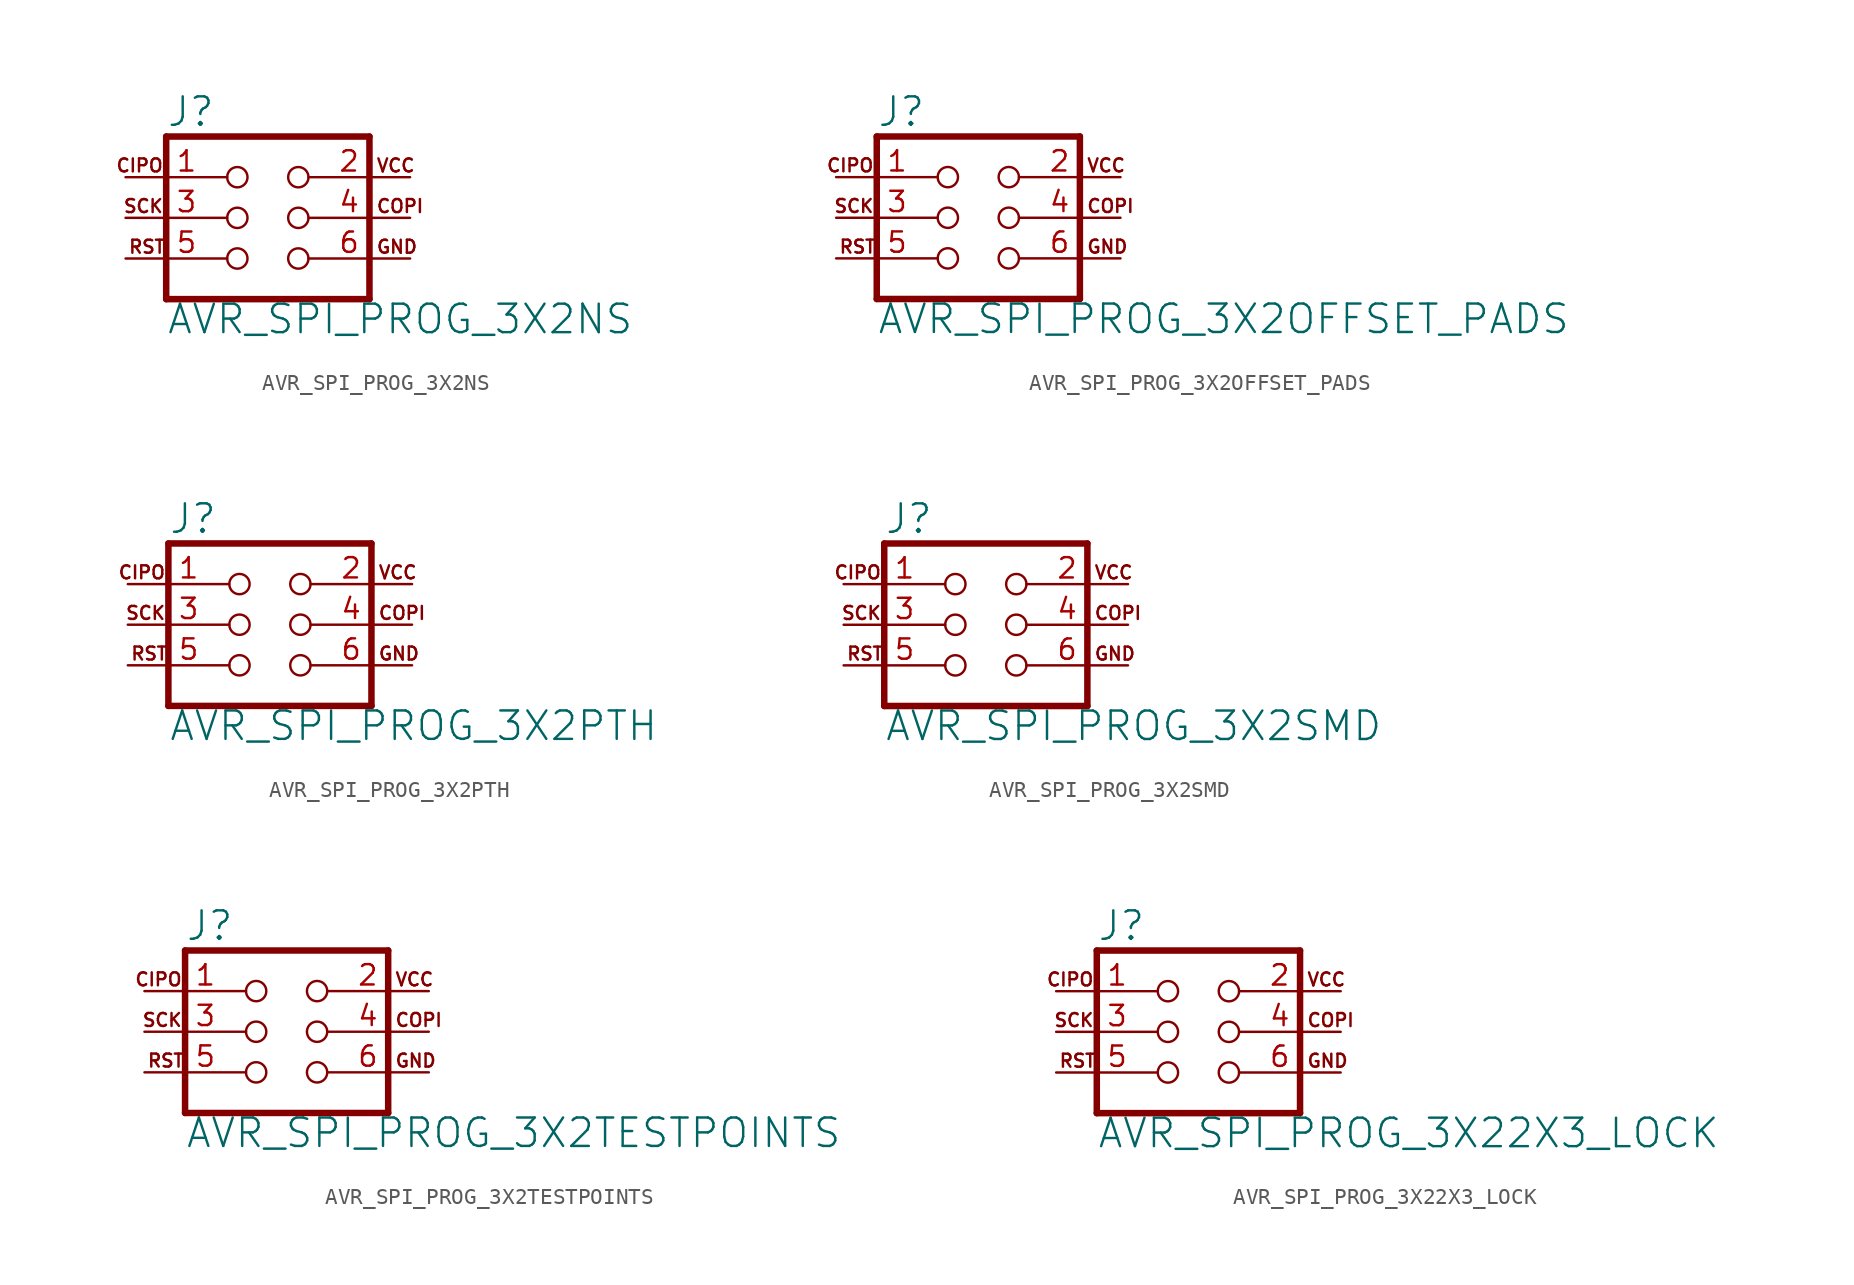
<source format=kicad_sym>
(kicad_symbol_lib
  (version 20211014)
  (generator kicad_symbol_editor)
  (symbol "AVR_SPI_PROG_3X2NS"
    (property "Reference" "J"
      (at -5.08 5.588 0)
      (effects (font (size 1.778 1.778)) (justify left bottom)))
    (property "Value" "AVR_SPI_PROG_3X2NS"
      (at -5.08 -7.366 0)
      (effects (font (size 1.778 1.778)) (justify left bottom)))
    (property "ki_locked" ""
      (at 0 0 0)
      (effects (font (size 1.27 1.27))))
    (symbol "AVR_SPI_PROG_3X2NS_1_0"
      (polyline (pts (xy -5.08 -5.08) (xy 7.62 -5.08)) (stroke (width 0.406) (type default) (color 0 0 0 0)) (fill (type none)))
      (polyline (pts (xy -5.08 5.08) (xy -5.08 -5.08)) (stroke (width 0.406) (type default) (color 0 0 0 0)) (fill (type none)))
      (polyline (pts (xy 7.62 -5.08) (xy 7.62 5.08)) (stroke (width 0.406) (type default) (color 0 0 0 0)) (fill (type none)))
      (polyline (pts (xy 7.62 5.08) (xy -5.08 5.08)) (stroke (width 0.406) (type default) (color 0 0 0 0)) (fill (type none)))
      (text "CIPO" (at -5.207 2.794 0) (effects (font (size 0.813 0.813)) (justify right bottom)))
      (text "COPI" (at 8.001 0.254 0) (effects (font (size 0.813 0.813)) (justify left bottom)))
      (text "GND" (at 8.001 -2.286 0) (effects (font (size 0.813 0.813)) (justify left bottom)))
      (text "RST" (at -5.08 -2.286 0) (effects (font (size 0.813 0.813)) (justify right bottom)))
      (text "SCK" (at -5.207 0.254 0) (effects (font (size 0.813 0.813)) (justify right bottom)))
      (text "VCC" (at 8.001 2.794 0) (effects (font (size 0.813 0.813)) (justify left bottom)))
      (pin passive inverted (at -7.62 2.54 0) (length 7.62) (name "1" (effects (font (size 0 0)))) (number "1" (effects (font (size 1.27 1.27)))))
      (pin passive inverted (at 10.16 2.54 180) (length 7.62) (name "2" (effects (font (size 0 0)))) (number "2" (effects (font (size 1.27 1.27)))))
      (pin passive inverted (at -7.62 0 0) (length 7.62) (name "3" (effects (font (size 0 0)))) (number "3" (effects (font (size 1.27 1.27)))))
      (pin passive inverted (at 10.16 0 180) (length 7.62) (name "4" (effects (font (size 0 0)))) (number "4" (effects (font (size 1.27 1.27)))))
      (pin passive inverted (at -7.62 -2.54 0) (length 7.62) (name "5" (effects (font (size 0 0)))) (number "5" (effects (font (size 1.27 1.27)))))
      (pin passive inverted (at 10.16 -2.54 180) (length 7.62) (name "6" (effects (font (size 0 0)))) (number "6" (effects (font (size 1.27 1.27)))))))
  (symbol "AVR_SPI_PROG_3X2OFFSET_PADS"
    (property "Reference" "J"
      (at -5.08 5.588 0)
      (effects (font (size 1.778 1.778)) (justify left bottom)))
    (property "Value" "AVR_SPI_PROG_3X2OFFSET_PADS"
      (at -5.08 -7.366 0)
      (effects (font (size 1.778 1.778)) (justify left bottom)))
    (property "ki_locked" ""
      (at 0 0 0)
      (effects (font (size 1.27 1.27))))
    (symbol "AVR_SPI_PROG_3X2OFFSET_PADS_1_0"
      (polyline (pts (xy -5.08 -5.08) (xy 7.62 -5.08)) (stroke (width 0.406) (type default) (color 0 0 0 0)) (fill (type none)))
      (polyline (pts (xy -5.08 5.08) (xy -5.08 -5.08)) (stroke (width 0.406) (type default) (color 0 0 0 0)) (fill (type none)))
      (polyline (pts (xy 7.62 -5.08) (xy 7.62 5.08)) (stroke (width 0.406) (type default) (color 0 0 0 0)) (fill (type none)))
      (polyline (pts (xy 7.62 5.08) (xy -5.08 5.08)) (stroke (width 0.406) (type default) (color 0 0 0 0)) (fill (type none)))
      (text "CIPO" (at -5.207 2.794 0) (effects (font (size 0.813 0.813)) (justify right bottom)))
      (text "COPI" (at 8.001 0.254 0) (effects (font (size 0.813 0.813)) (justify left bottom)))
      (text "GND" (at 8.001 -2.286 0) (effects (font (size 0.813 0.813)) (justify left bottom)))
      (text "RST" (at -5.08 -2.286 0) (effects (font (size 0.813 0.813)) (justify right bottom)))
      (text "SCK" (at -5.207 0.254 0) (effects (font (size 0.813 0.813)) (justify right bottom)))
      (text "VCC" (at 8.001 2.794 0) (effects (font (size 0.813 0.813)) (justify left bottom)))
      (pin passive inverted (at -7.62 2.54 0) (length 7.62) (name "1" (effects (font (size 0 0)))) (number "1" (effects (font (size 1.27 1.27)))))
      (pin passive inverted (at 10.16 2.54 180) (length 7.62) (name "2" (effects (font (size 0 0)))) (number "2" (effects (font (size 1.27 1.27)))))
      (pin passive inverted (at -7.62 0 0) (length 7.62) (name "3" (effects (font (size 0 0)))) (number "3" (effects (font (size 1.27 1.27)))))
      (pin passive inverted (at 10.16 0 180) (length 7.62) (name "4" (effects (font (size 0 0)))) (number "4" (effects (font (size 1.27 1.27)))))
      (pin passive inverted (at -7.62 -2.54 0) (length 7.62) (name "5" (effects (font (size 0 0)))) (number "5" (effects (font (size 1.27 1.27)))))
      (pin passive inverted (at 10.16 -2.54 180) (length 7.62) (name "6" (effects (font (size 0 0)))) (number "6" (effects (font (size 1.27 1.27)))))))
  (symbol "AVR_SPI_PROG_3X2PTH"
    (property "Reference" "J"
      (at -5.08 5.588 0)
      (effects (font (size 1.778 1.778)) (justify left bottom)))
    (property "Value" "AVR_SPI_PROG_3X2PTH"
      (at -5.08 -7.366 0)
      (effects (font (size 1.778 1.778)) (justify left bottom)))
    (property "ki_locked" ""
      (at 0 0 0)
      (effects (font (size 1.27 1.27))))
    (symbol "AVR_SPI_PROG_3X2PTH_1_0"
      (polyline (pts (xy -5.08 -5.08) (xy 7.62 -5.08)) (stroke (width 0.406) (type default) (color 0 0 0 0)) (fill (type none)))
      (polyline (pts (xy -5.08 5.08) (xy -5.08 -5.08)) (stroke (width 0.406) (type default) (color 0 0 0 0)) (fill (type none)))
      (polyline (pts (xy 7.62 -5.08) (xy 7.62 5.08)) (stroke (width 0.406) (type default) (color 0 0 0 0)) (fill (type none)))
      (polyline (pts (xy 7.62 5.08) (xy -5.08 5.08)) (stroke (width 0.406) (type default) (color 0 0 0 0)) (fill (type none)))
      (text "CIPO" (at -5.207 2.794 0) (effects (font (size 0.813 0.813)) (justify right bottom)))
      (text "COPI" (at 8.001 0.254 0) (effects (font (size 0.813 0.813)) (justify left bottom)))
      (text "GND" (at 8.001 -2.286 0) (effects (font (size 0.813 0.813)) (justify left bottom)))
      (text "RST" (at -5.08 -2.286 0) (effects (font (size 0.813 0.813)) (justify right bottom)))
      (text "SCK" (at -5.207 0.254 0) (effects (font (size 0.813 0.813)) (justify right bottom)))
      (text "VCC" (at 8.001 2.794 0) (effects (font (size 0.813 0.813)) (justify left bottom)))
      (pin passive inverted (at -7.62 2.54 0) (length 7.62) (name "1" (effects (font (size 0 0)))) (number "1" (effects (font (size 1.27 1.27)))))
      (pin passive inverted (at 10.16 2.54 180) (length 7.62) (name "2" (effects (font (size 0 0)))) (number "2" (effects (font (size 1.27 1.27)))))
      (pin passive inverted (at -7.62 0 0) (length 7.62) (name "3" (effects (font (size 0 0)))) (number "3" (effects (font (size 1.27 1.27)))))
      (pin passive inverted (at 10.16 0 180) (length 7.62) (name "4" (effects (font (size 0 0)))) (number "4" (effects (font (size 1.27 1.27)))))
      (pin passive inverted (at -7.62 -2.54 0) (length 7.62) (name "5" (effects (font (size 0 0)))) (number "5" (effects (font (size 1.27 1.27)))))
      (pin passive inverted (at 10.16 -2.54 180) (length 7.62) (name "6" (effects (font (size 0 0)))) (number "6" (effects (font (size 1.27 1.27)))))))
  (symbol "AVR_SPI_PROG_3X2SMD"
    (property "Reference" "J"
      (at -5.08 5.588 0)
      (effects (font (size 1.778 1.778)) (justify left bottom)))
    (property "Value" "AVR_SPI_PROG_3X2SMD"
      (at -5.08 -7.366 0)
      (effects (font (size 1.778 1.778)) (justify left bottom)))
    (property "ki_locked" ""
      (at 0 0 0)
      (effects (font (size 1.27 1.27))))
    (symbol "AVR_SPI_PROG_3X2SMD_1_0"
      (polyline (pts (xy -5.08 -5.08) (xy 7.62 -5.08)) (stroke (width 0.406) (type default) (color 0 0 0 0)) (fill (type none)))
      (polyline (pts (xy -5.08 5.08) (xy -5.08 -5.08)) (stroke (width 0.406) (type default) (color 0 0 0 0)) (fill (type none)))
      (polyline (pts (xy 7.62 -5.08) (xy 7.62 5.08)) (stroke (width 0.406) (type default) (color 0 0 0 0)) (fill (type none)))
      (polyline (pts (xy 7.62 5.08) (xy -5.08 5.08)) (stroke (width 0.406) (type default) (color 0 0 0 0)) (fill (type none)))
      (text "CIPO" (at -5.207 2.794 0) (effects (font (size 0.813 0.813)) (justify right bottom)))
      (text "COPI" (at 8.001 0.254 0) (effects (font (size 0.813 0.813)) (justify left bottom)))
      (text "GND" (at 8.001 -2.286 0) (effects (font (size 0.813 0.813)) (justify left bottom)))
      (text "RST" (at -5.08 -2.286 0) (effects (font (size 0.813 0.813)) (justify right bottom)))
      (text "SCK" (at -5.207 0.254 0) (effects (font (size 0.813 0.813)) (justify right bottom)))
      (text "VCC" (at 8.001 2.794 0) (effects (font (size 0.813 0.813)) (justify left bottom)))
      (pin passive inverted (at -7.62 2.54 0) (length 7.62) (name "1" (effects (font (size 0 0)))) (number "1" (effects (font (size 1.27 1.27)))))
      (pin passive inverted (at 10.16 2.54 180) (length 7.62) (name "2" (effects (font (size 0 0)))) (number "2" (effects (font (size 1.27 1.27)))))
      (pin passive inverted (at -7.62 0 0) (length 7.62) (name "3" (effects (font (size 0 0)))) (number "3" (effects (font (size 1.27 1.27)))))
      (pin passive inverted (at 10.16 0 180) (length 7.62) (name "4" (effects (font (size 0 0)))) (number "4" (effects (font (size 1.27 1.27)))))
      (pin passive inverted (at -7.62 -2.54 0) (length 7.62) (name "5" (effects (font (size 0 0)))) (number "5" (effects (font (size 1.27 1.27)))))
      (pin passive inverted (at 10.16 -2.54 180) (length 7.62) (name "6" (effects (font (size 0 0)))) (number "6" (effects (font (size 1.27 1.27)))))))
  (symbol "AVR_SPI_PROG_3X2TESTPOINTS"
    (property "Reference" "J"
      (at -5.08 5.588 0)
      (effects (font (size 1.778 1.778)) (justify left bottom)))
    (property "Value" "AVR_SPI_PROG_3X2TESTPOINTS"
      (at -5.08 -7.366 0)
      (effects (font (size 1.778 1.778)) (justify left bottom)))
    (property "ki_locked" ""
      (at 0 0 0)
      (effects (font (size 1.27 1.27))))
    (symbol "AVR_SPI_PROG_3X2TESTPOINTS_1_0"
      (polyline (pts (xy -5.08 -5.08) (xy 7.62 -5.08)) (stroke (width 0.406) (type default) (color 0 0 0 0)) (fill (type none)))
      (polyline (pts (xy -5.08 5.08) (xy -5.08 -5.08)) (stroke (width 0.406) (type default) (color 0 0 0 0)) (fill (type none)))
      (polyline (pts (xy 7.62 -5.08) (xy 7.62 5.08)) (stroke (width 0.406) (type default) (color 0 0 0 0)) (fill (type none)))
      (polyline (pts (xy 7.62 5.08) (xy -5.08 5.08)) (stroke (width 0.406) (type default) (color 0 0 0 0)) (fill (type none)))
      (text "CIPO" (at -5.207 2.794 0) (effects (font (size 0.813 0.813)) (justify right bottom)))
      (text "COPI" (at 8.001 0.254 0) (effects (font (size 0.813 0.813)) (justify left bottom)))
      (text "GND" (at 8.001 -2.286 0) (effects (font (size 0.813 0.813)) (justify left bottom)))
      (text "RST" (at -5.08 -2.286 0) (effects (font (size 0.813 0.813)) (justify right bottom)))
      (text "SCK" (at -5.207 0.254 0) (effects (font (size 0.813 0.813)) (justify right bottom)))
      (text "VCC" (at 8.001 2.794 0) (effects (font (size 0.813 0.813)) (justify left bottom)))
      (pin passive inverted (at -7.62 2.54 0) (length 7.62) (name "1" (effects (font (size 0 0)))) (number "1" (effects (font (size 1.27 1.27)))))
      (pin passive inverted (at 10.16 2.54 180) (length 7.62) (name "2" (effects (font (size 0 0)))) (number "2" (effects (font (size 1.27 1.27)))))
      (pin passive inverted (at -7.62 0 0) (length 7.62) (name "3" (effects (font (size 0 0)))) (number "3" (effects (font (size 1.27 1.27)))))
      (pin passive inverted (at 10.16 0 180) (length 7.62) (name "4" (effects (font (size 0 0)))) (number "4" (effects (font (size 1.27 1.27)))))
      (pin passive inverted (at -7.62 -2.54 0) (length 7.62) (name "5" (effects (font (size 0 0)))) (number "5" (effects (font (size 1.27 1.27)))))
      (pin passive inverted (at 10.16 -2.54 180) (length 7.62) (name "6" (effects (font (size 0 0)))) (number "6" (effects (font (size 1.27 1.27)))))))
  (symbol "AVR_SPI_PROG_3X22X3_LOCK"
    (property "Reference" "J"
      (at -5.08 5.588 0)
      (effects (font (size 1.778 1.778)) (justify left bottom)))
    (property "Value" "AVR_SPI_PROG_3X22X3_LOCK"
      (at -5.08 -7.366 0)
      (effects (font (size 1.778 1.778)) (justify left bottom)))
    (property "ki_locked" ""
      (at 0 0 0)
      (effects (font (size 1.27 1.27))))
    (symbol "AVR_SPI_PROG_3X22X3_LOCK_1_0"
      (polyline (pts (xy -5.08 -5.08) (xy 7.62 -5.08)) (stroke (width 0.406) (type default) (color 0 0 0 0)) (fill (type none)))
      (polyline (pts (xy -5.08 5.08) (xy -5.08 -5.08)) (stroke (width 0.406) (type default) (color 0 0 0 0)) (fill (type none)))
      (polyline (pts (xy 7.62 -5.08) (xy 7.62 5.08)) (stroke (width 0.406) (type default) (color 0 0 0 0)) (fill (type none)))
      (polyline (pts (xy 7.62 5.08) (xy -5.08 5.08)) (stroke (width 0.406) (type default) (color 0 0 0 0)) (fill (type none)))
      (text "CIPO" (at -5.207 2.794 0) (effects (font (size 0.813 0.813)) (justify right bottom)))
      (text "COPI" (at 8.001 0.254 0) (effects (font (size 0.813 0.813)) (justify left bottom)))
      (text "GND" (at 8.001 -2.286 0) (effects (font (size 0.813 0.813)) (justify left bottom)))
      (text "RST" (at -5.08 -2.286 0) (effects (font (size 0.813 0.813)) (justify right bottom)))
      (text "SCK" (at -5.207 0.254 0) (effects (font (size 0.813 0.813)) (justify right bottom)))
      (text "VCC" (at 8.001 2.794 0) (effects (font (size 0.813 0.813)) (justify left bottom)))
      (pin passive inverted (at -7.62 2.54 0) (length 7.62) (name "1" (effects (font (size 0 0)))) (number "1" (effects (font (size 1.27 1.27)))))
      (pin passive inverted (at 10.16 2.54 180) (length 7.62) (name "2" (effects (font (size 0 0)))) (number "2" (effects (font (size 1.27 1.27)))))
      (pin passive inverted (at -7.62 0 0) (length 7.62) (name "3" (effects (font (size 0 0)))) (number "3" (effects (font (size 1.27 1.27)))))
      (pin passive inverted (at 10.16 0 180) (length 7.62) (name "4" (effects (font (size 0 0)))) (number "4" (effects (font (size 1.27 1.27)))))
      (pin passive inverted (at -7.62 -2.54 0) (length 7.62) (name "5" (effects (font (size 0 0)))) (number "5" (effects (font (size 1.27 1.27)))))
      (pin passive inverted (at 10.16 -2.54 180) (length 7.62) (name "6" (effects (font (size 0 0)))) (number "6" (effects (font (size 1.27 1.27))))))))
</source>
